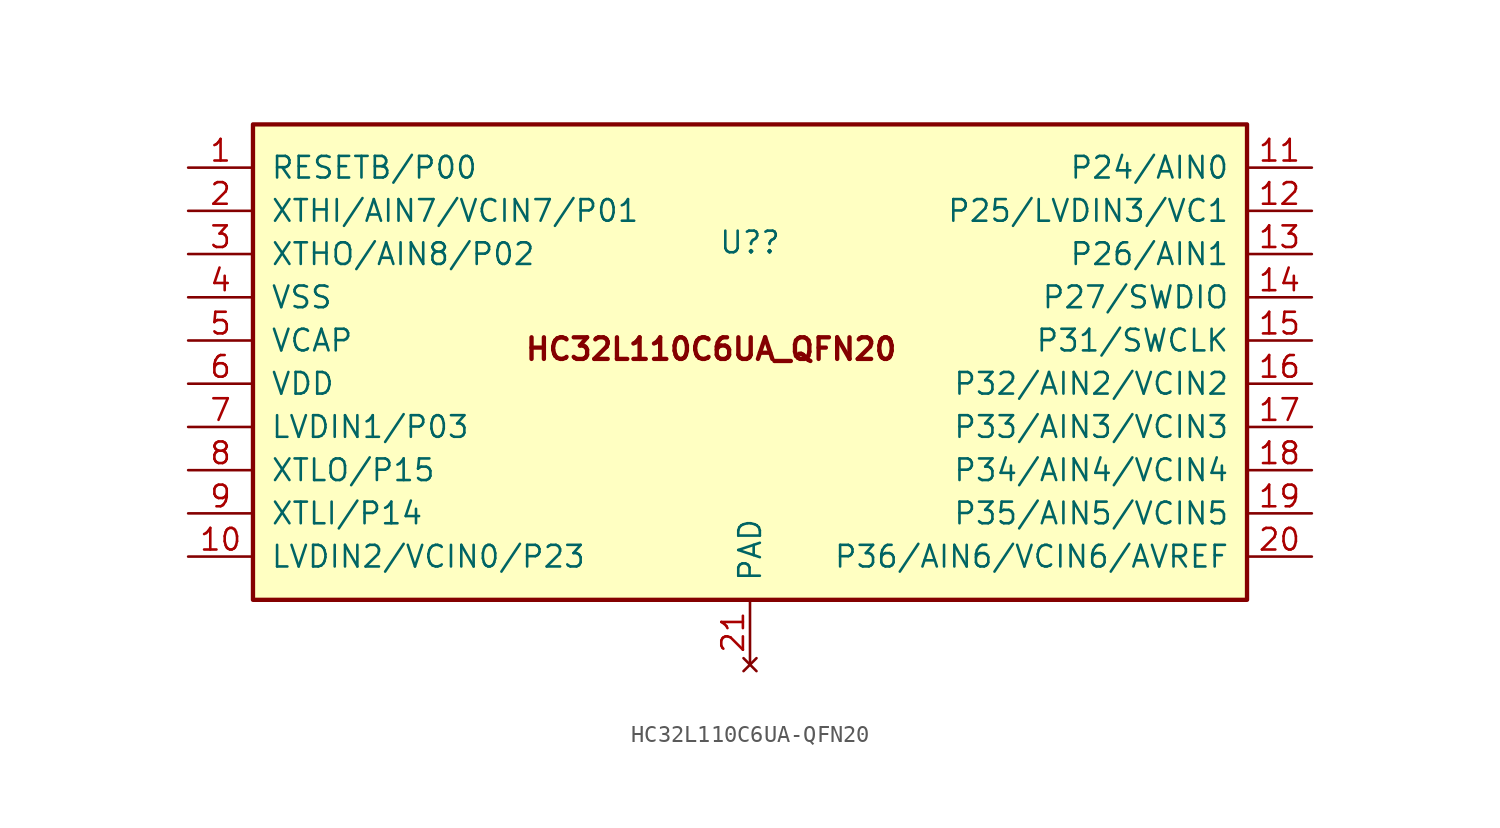
<source format=kicad_sym>
(kicad_symbol_lib
  (version 20231120)
  (generator "kicad_symbol_editor")
  (generator_version "8.0")
  (symbol "HC32L110C6UA-QFN20"
    (pin_names
      (offset 1.014))
    (property "Reference" "U?"
      (at 0 7.036 0)
      (effects (font (size 1.27 1.27))))
    (symbol "HC32L110C6UA-QFN20_1_1"
      (rectangle (start -29.21 13.97) (end 29.21 -13.97) (stroke (width 0.254) (type default)) (fill (type background)))
      (text "HC32L110C6UA_QFN20" (at -2.286 0.762 0) (effects (font (size 1.27 1.27) (thickness 0.254) (bold yes))))
      (pin input line (at -33.02 11.43 0) (length 3.81) (name "RESETB/P00" (effects (font (size 1.27 1.27)))) (number "1" (effects (font (size 1.27 1.27)))))
      (pin bidirectional line (at -33.02 -11.43 0) (length 3.81) (name "LVDIN2/VCIN0/P23" (effects (font (size 1.27 1.27)))) (number "10" (effects (font (size 1.27 1.27)))))
      (pin bidirectional line (at 33.02 11.43 180) (length 3.81) (name "P24/AIN0" (effects (font (size 1.27 1.27)))) (number "11" (effects (font (size 1.27 1.27)))))
      (pin bidirectional line (at 33.02 8.89 180) (length 3.81) (name "P25/LVDIN3/VC1" (effects (font (size 1.27 1.27)))) (number "12" (effects (font (size 1.27 1.27)))))
      (pin bidirectional line (at 33.02 6.35 180) (length 3.81) (name "P26/AIN1" (effects (font (size 1.27 1.27)))) (number "13" (effects (font (size 1.27 1.27)))))
      (pin bidirectional line (at 33.02 3.81 180) (length 3.81) (name "P27/SWDIO" (effects (font (size 1.27 1.27)))) (number "14" (effects (font (size 1.27 1.27)))))
      (pin input line (at 33.02 1.27 180) (length 3.81) (name "P31/SWCLK" (effects (font (size 1.27 1.27)))) (number "15" (effects (font (size 1.27 1.27)))))
      (pin bidirectional line (at 33.02 -1.27 180) (length 3.81) (name "P32/AIN2/VCIN2" (effects (font (size 1.27 1.27)))) (number "16" (effects (font (size 1.27 1.27)))))
      (pin bidirectional line (at 33.02 -3.81 180) (length 3.81) (name "P33/AIN3/VCIN3" (effects (font (size 1.27 1.27)))) (number "17" (effects (font (size 1.27 1.27)))))
      (pin bidirectional line (at 33.02 -6.35 180) (length 3.81) (name "P34/AIN4/VCIN4" (effects (font (size 1.27 1.27)))) (number "18" (effects (font (size 1.27 1.27)))))
      (pin bidirectional line (at 33.02 -8.89 180) (length 3.81) (name "P35/AIN5/VCIN5" (effects (font (size 1.27 1.27)))) (number "19" (effects (font (size 1.27 1.27)))))
      (pin bidirectional line (at -33.02 8.89 0) (length 3.81) (name "XTHI/AIN7/VCIN7/P01" (effects (font (size 1.27 1.27)))) (number "2" (effects (font (size 1.27 1.27)))))
      (pin bidirectional line (at 33.02 -11.43 180) (length 3.81) (name "P36/AIN6/VCIN6/AVREF" (effects (font (size 1.27 1.27)))) (number "20" (effects (font (size 1.27 1.27)))))
      (pin no_connect line (at 0 -17.78 90) (length 3.81) (name "PAD" (effects (font (size 1.27 1.27)))) (number "21" (effects (font (size 1.27 1.27)))))
      (pin bidirectional line (at -33.02 6.35 0) (length 3.81) (name "XTHO/AIN8/P02" (effects (font (size 1.27 1.27)))) (number "3" (effects (font (size 1.27 1.27)))))
      (pin power_in line (at -33.02 3.81 0) (length 3.81) (name "VSS" (effects (font (size 1.27 1.27)))) (number "4" (effects (font (size 1.27 1.27)))))
      (pin passive line (at -33.02 1.27 0) (length 3.81) (name "VCAP" (effects (font (size 1.27 1.27)))) (number "5" (effects (font (size 1.27 1.27)))))
      (pin power_in line (at -33.02 -1.27 0) (length 3.81) (name "VDD" (effects (font (size 1.27 1.27)))) (number "6" (effects (font (size 1.27 1.27)))))
      (pin bidirectional line (at -33.02 -3.81 0) (length 3.81) (name "LVDIN1/P03" (effects (font (size 1.27 1.27)))) (number "7" (effects (font (size 1.27 1.27)))))
      (pin bidirectional line (at -33.02 -6.35 0) (length 3.81) (name "XTLO/P15" (effects (font (size 1.27 1.27)))) (number "8" (effects (font (size 1.27 1.27)))))
      (pin bidirectional line (at -33.02 -8.89 0) (length 3.81) (name "XTLI/P14" (effects (font (size 1.27 1.27)))) (number "9" (effects (font (size 1.27 1.27))))))))
</source>
